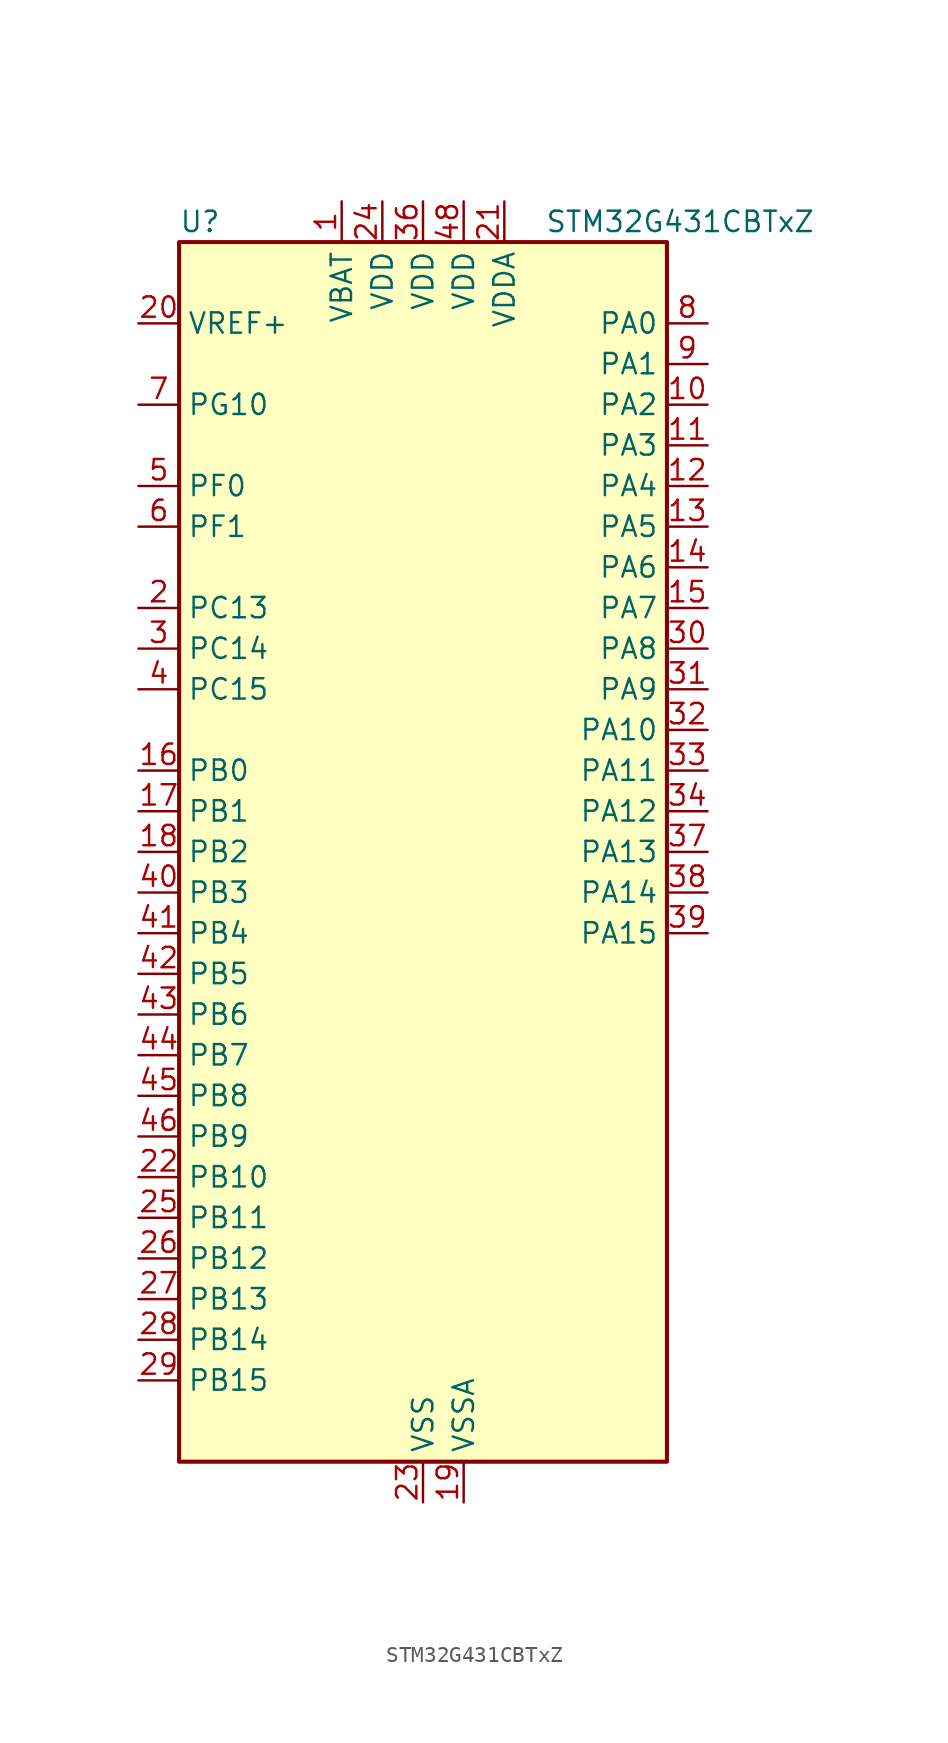
<source format=kicad_sym>
(kicad_symbol_lib
  (version 20241209)
  (generator "kicad_symbol_editor")
  (generator_version "9.0")
  (symbol "STM32G431CBTxZ"
    (property "Reference" "U"
      (at -15.24 39.37 0)
      (effects (font (size 1.27 1.27)) (justify left)))
    (property "Value" "STM32G431CBTxZ"
      (at 7.62 39.37 0)
      (effects (font (size 1.27 1.27)) (justify left)))
    (symbol "STM32G431CBTxZ_0_1"
      (rectangle (start -15.24 -38.1) (end 15.24 38.1) (stroke (width 0.254) (type default)) (fill (type background))))
    (symbol "STM32G431CBTxZ_1_1"
      (pin input line (at -17.78 33.02 0) (length 2.54) (name "VREF+" (effects (font (size 1.27 1.27)))) (number "20" (effects (font (size 1.27 1.27)))) (alternate "VREFBUF_OUT" bidirectional line))
      (pin bidirectional line (at -17.78 27.94 0) (length 2.54) (name "PG10" (effects (font (size 1.27 1.27)))) (number "7" (effects (font (size 1.27 1.27)))) (alternate "DAC1_EXTI10" bidirectional line) (alternate "DAC3_EXTI10" bidirectional line) (alternate "RCC_MCO" bidirectional line))
      (pin bidirectional line (at -17.78 22.86 0) (length 2.54) (name "PF0" (effects (font (size 1.27 1.27)))) (number "5" (effects (font (size 1.27 1.27)))) (alternate "ADC1_IN10" bidirectional line) (alternate "I2C2_SDA" bidirectional line) (alternate "I2S2_WS" bidirectional line) (alternate "RCC_OSC_IN" bidirectional line) (alternate "SPI2_NSS" bidirectional line) (alternate "TIM1_CH3N" bidirectional line))
      (pin bidirectional line (at -17.78 20.32 0) (length 2.54) (name "PF1" (effects (font (size 1.27 1.27)))) (number "6" (effects (font (size 1.27 1.27)))) (alternate "ADC2_IN10" bidirectional line) (alternate "COMP3_INM" bidirectional line) (alternate "I2S2_CK" bidirectional line) (alternate "RCC_OSC_OUT" bidirectional line) (alternate "SPI2_SCK" bidirectional line))
      (pin bidirectional line (at -17.78 15.24 0) (length 2.54) (name "PC13" (effects (font (size 1.27 1.27)))) (number "2" (effects (font (size 1.27 1.27)))) (alternate "RTC_OUT1" bidirectional line) (alternate "RTC_TAMP1" bidirectional line) (alternate "RTC_TS" bidirectional line) (alternate "SYS_WKUP2" bidirectional line) (alternate "TIM1_BKIN" bidirectional line) (alternate "TIM1_CH1N" bidirectional line) (alternate "TIM8_CH4N" bidirectional line))
      (pin bidirectional line (at -17.78 12.7 0) (length 2.54) (name "PC14" (effects (font (size 1.27 1.27)))) (number "3" (effects (font (size 1.27 1.27)))) (alternate "RCC_OSC32_IN" bidirectional line))
      (pin bidirectional line (at -17.78 10.16 0) (length 2.54) (name "PC15" (effects (font (size 1.27 1.27)))) (number "4" (effects (font (size 1.27 1.27)))) (alternate "ADC1_EXTI15" bidirectional line) (alternate "ADC2_EXTI15" bidirectional line) (alternate "RCC_OSC32_OUT" bidirectional line))
      (pin bidirectional line (at -17.78 5.08 0) (length 2.54) (name "PB0" (effects (font (size 1.27 1.27)))) (number "16" (effects (font (size 1.27 1.27)))) (alternate "ADC1_IN15" bidirectional line) (alternate "COMP4_INP" bidirectional line) (alternate "OPAMP2_VINP" bidirectional line) (alternate "OPAMP2_VINP_SEC" bidirectional line) (alternate "OPAMP3_VINP" bidirectional line) (alternate "OPAMP3_VINP_SEC" bidirectional line) (alternate "TIM1_CH2N" bidirectional line) (alternate "TIM3_CH3" bidirectional line) (alternate "TIM8_CH2N" bidirectional line) (alternate "UCPD1_FRSTX1" bidirectional line) (alternate "UCPD1_FRSTX2" bidirectional line))
      (pin bidirectional line (at -17.78 2.54 0) (length 2.54) (name "PB1" (effects (font (size 1.27 1.27)))) (number "17" (effects (font (size 1.27 1.27)))) (alternate "ADC1_IN12" bidirectional line) (alternate "COMP1_INP" bidirectional line) (alternate "COMP4_OUT" bidirectional line) (alternate "LPUART1_DE" bidirectional line) (alternate "LPUART1_RTS" bidirectional line) (alternate "OPAMP3_VOUT" bidirectional line) (alternate "TIM1_CH3N" bidirectional line) (alternate "TIM3_CH4" bidirectional line) (alternate "TIM8_CH3N" bidirectional line))
      (pin bidirectional line (at -17.78 0 0) (length 2.54) (name "PB2" (effects (font (size 1.27 1.27)))) (number "18" (effects (font (size 1.27 1.27)))) (alternate "ADC2_IN12" bidirectional line) (alternate "COMP4_INM" bidirectional line) (alternate "I2C3_SMBA" bidirectional line) (alternate "LPTIM1_OUT" bidirectional line) (alternate "OPAMP3_VINM" bidirectional line) (alternate "OPAMP3_VINM0" bidirectional line) (alternate "OPAMP3_VINM_SEC" bidirectional line) (alternate "RTC_OUT2" bidirectional line))
      (pin bidirectional line (at -17.78 -2.54 0) (length 2.54) (name "PB3" (effects (font (size 1.27 1.27)))) (number "40" (effects (font (size 1.27 1.27)))) (alternate "CRS_SYNC" bidirectional line) (alternate "I2S3_CK" bidirectional line) (alternate "SAI1_SCK_B" bidirectional line) (alternate "SPI1_SCK" bidirectional line) (alternate "SPI3_SCK" bidirectional line) (alternate "SYS_JTDO-SWO" bidirectional line) (alternate "TIM2_CH2" bidirectional line) (alternate "TIM3_ETR" bidirectional line) (alternate "TIM4_ETR" bidirectional line) (alternate "TIM8_CH1N" bidirectional line) (alternate "USART2_TX" bidirectional line))
      (pin bidirectional line (at -17.78 -5.08 0) (length 2.54) (name "PB4" (effects (font (size 1.27 1.27)))) (number "41" (effects (font (size 1.27 1.27)))) (alternate "SAI1_MCLK_B" bidirectional line) (alternate "SPI1_MISO" bidirectional line) (alternate "SPI3_MISO" bidirectional line) (alternate "SYS_JTRST" bidirectional line) (alternate "TIM16_CH1" bidirectional line) (alternate "TIM17_BKIN" bidirectional line) (alternate "TIM3_CH1" bidirectional line) (alternate "TIM8_CH2N" bidirectional line) (alternate "UCPD1_CC2" bidirectional line) (alternate "USART2_RX" bidirectional line))
      (pin bidirectional line (at -17.78 -7.62 0) (length 2.54) (name "PB5" (effects (font (size 1.27 1.27)))) (number "42" (effects (font (size 1.27 1.27)))) (alternate "I2C1_SMBA" bidirectional line) (alternate "I2C3_SDA" bidirectional line) (alternate "I2S3_SD" bidirectional line) (alternate "LPTIM1_IN1" bidirectional line) (alternate "SAI1_SD_B" bidirectional line) (alternate "SPI1_MOSI" bidirectional line) (alternate "SPI3_MOSI" bidirectional line) (alternate "TIM16_BKIN" bidirectional line) (alternate "TIM17_CH1" bidirectional line) (alternate "TIM3_CH2" bidirectional line) (alternate "TIM8_CH3N" bidirectional line) (alternate "USART2_CK" bidirectional line))
      (pin bidirectional line (at -17.78 -10.16 0) (length 2.54) (name "PB6" (effects (font (size 1.27 1.27)))) (number "43" (effects (font (size 1.27 1.27)))) (alternate "COMP4_OUT" bidirectional line) (alternate "LPTIM1_ETR" bidirectional line) (alternate "SAI1_FS_B" bidirectional line) (alternate "TIM16_CH1N" bidirectional line) (alternate "TIM4_CH1" bidirectional line) (alternate "TIM8_BKIN2" bidirectional line) (alternate "TIM8_CH1" bidirectional line) (alternate "TIM8_ETR" bidirectional line) (alternate "UCPD1_CC1" bidirectional line) (alternate "USART1_TX" bidirectional line))
      (pin bidirectional line (at -17.78 -12.7 0) (length 2.54) (name "PB7" (effects (font (size 1.27 1.27)))) (number "44" (effects (font (size 1.27 1.27)))) (alternate "COMP3_OUT" bidirectional line) (alternate "I2C1_SDA" bidirectional line) (alternate "LPTIM1_IN2" bidirectional line) (alternate "SYS_PVD_IN" bidirectional line) (alternate "TIM17_CH1N" bidirectional line) (alternate "TIM3_CH4" bidirectional line) (alternate "TIM4_CH2" bidirectional line) (alternate "TIM8_BKIN" bidirectional line) (alternate "UART4_CTS" bidirectional line) (alternate "USART1_RX" bidirectional line))
      (pin bidirectional line (at -17.78 -15.24 0) (length 2.54) (name "PB8" (effects (font (size 1.27 1.27)))) (number "45" (effects (font (size 1.27 1.27)))) (alternate "COMP1_OUT" bidirectional line) (alternate "FDCAN1_RX" bidirectional line) (alternate "I2C1_SCL" bidirectional line) (alternate "SAI1_CK1" bidirectional line) (alternate "SAI1_MCLK_A" bidirectional line) (alternate "TIM16_CH1" bidirectional line) (alternate "TIM1_BKIN" bidirectional line) (alternate "TIM4_CH3" bidirectional line) (alternate "TIM8_CH2" bidirectional line) (alternate "USART3_RX" bidirectional line))
      (pin bidirectional line (at -17.78 -17.78 0) (length 2.54) (name "PB9" (effects (font (size 1.27 1.27)))) (number "46" (effects (font (size 1.27 1.27)))) (alternate "COMP2_OUT" bidirectional line) (alternate "DAC1_EXTI9" bidirectional line) (alternate "DAC3_EXTI9" bidirectional line) (alternate "FDCAN1_TX" bidirectional line) (alternate "I2C1_SDA" bidirectional line) (alternate "IR_OUT" bidirectional line) (alternate "SAI1_D2" bidirectional line) (alternate "SAI1_FS_A" bidirectional line) (alternate "TIM17_CH1" bidirectional line) (alternate "TIM1_CH3N" bidirectional line) (alternate "TIM4_CH4" bidirectional line) (alternate "TIM8_CH3" bidirectional line) (alternate "USART3_TX" bidirectional line))
      (pin bidirectional line (at -17.78 -20.32 0) (length 2.54) (name "PB10" (effects (font (size 1.27 1.27)))) (number "22" (effects (font (size 1.27 1.27)))) (alternate "DAC1_EXTI10" bidirectional line) (alternate "DAC3_EXTI10" bidirectional line) (alternate "LPUART1_RX" bidirectional line) (alternate "OPAMP3_VINM" bidirectional line) (alternate "OPAMP3_VINM1" bidirectional line) (alternate "OPAMP3_VINM_SEC" bidirectional line) (alternate "SAI1_SCK_A" bidirectional line) (alternate "TIM1_BKIN" bidirectional line) (alternate "TIM2_CH3" bidirectional line) (alternate "USART3_TX" bidirectional line))
      (pin bidirectional line (at -17.78 -22.86 0) (length 2.54) (name "PB11" (effects (font (size 1.27 1.27)))) (number "25" (effects (font (size 1.27 1.27)))) (alternate "ADC1_EXTI11" bidirectional line) (alternate "ADC1_IN14" bidirectional line) (alternate "ADC2_EXTI11" bidirectional line) (alternate "ADC2_IN14" bidirectional line) (alternate "LPUART1_TX" bidirectional line) (alternate "TIM2_CH4" bidirectional line) (alternate "USART3_RX" bidirectional line))
      (pin bidirectional line (at -17.78 -25.4 0) (length 2.54) (name "PB12" (effects (font (size 1.27 1.27)))) (number "26" (effects (font (size 1.27 1.27)))) (alternate "ADC1_IN11" bidirectional line) (alternate "I2C2_SMBA" bidirectional line) (alternate "I2S2_WS" bidirectional line) (alternate "LPUART1_DE" bidirectional line) (alternate "LPUART1_RTS" bidirectional line) (alternate "SPI2_NSS" bidirectional line) (alternate "TIM1_BKIN" bidirectional line) (alternate "USART3_CK" bidirectional line))
      (pin bidirectional line (at -17.78 -27.94 0) (length 2.54) (name "PB13" (effects (font (size 1.27 1.27)))) (number "27" (effects (font (size 1.27 1.27)))) (alternate "I2S2_CK" bidirectional line) (alternate "LPUART1_CTS" bidirectional line) (alternate "OPAMP3_VINP" bidirectional line) (alternate "OPAMP3_VINP_SEC" bidirectional line) (alternate "SPI2_SCK" bidirectional line) (alternate "TIM1_CH1N" bidirectional line) (alternate "USART3_CTS" bidirectional line) (alternate "USART3_NSS" bidirectional line))
      (pin bidirectional line (at -17.78 -30.48 0) (length 2.54) (name "PB14" (effects (font (size 1.27 1.27)))) (number "28" (effects (font (size 1.27 1.27)))) (alternate "ADC1_IN5" bidirectional line) (alternate "COMP4_OUT" bidirectional line) (alternate "OPAMP2_VINP" bidirectional line) (alternate "OPAMP2_VINP_SEC" bidirectional line) (alternate "SPI2_MISO" bidirectional line) (alternate "TIM15_CH1" bidirectional line) (alternate "TIM1_CH2N" bidirectional line) (alternate "USART3_DE" bidirectional line) (alternate "USART3_RTS" bidirectional line))
      (pin bidirectional line (at -17.78 -33.02 0) (length 2.54) (name "PB15" (effects (font (size 1.27 1.27)))) (number "29" (effects (font (size 1.27 1.27)))) (alternate "ADC1_EXTI15" bidirectional line) (alternate "ADC2_EXTI15" bidirectional line) (alternate "ADC2_IN15" bidirectional line) (alternate "COMP3_OUT" bidirectional line) (alternate "I2S2_SD" bidirectional line) (alternate "RTC_REFIN" bidirectional line) (alternate "SPI2_MOSI" bidirectional line) (alternate "TIM15_CH1N" bidirectional line) (alternate "TIM15_CH2" bidirectional line) (alternate "TIM1_CH3N" bidirectional line))
      (pin power_in line (at -5.08 40.64 270) (length 2.54) (name "VBAT" (effects (font (size 1.27 1.27)))) (number "1" (effects (font (size 1.27 1.27)))))
      (pin power_in line (at -2.54 40.64 270) (length 2.54) (name "VDD" (effects (font (size 1.27 1.27)))) (number "24" (effects (font (size 1.27 1.27)))))
      (pin power_in line (at 0 40.64 270) (length 2.54) (name "VDD" (effects (font (size 1.27 1.27)))) (number "36" (effects (font (size 1.27 1.27)))))
      (pin power_in line (at 0 -40.64 90) (length 2.54) (name "VSS" (effects (font (size 1.27 1.27)))) (number "23" (effects (font (size 1.27 1.27)))))
      (pin passive line (at 0 -40.64 90) (length 2.54) (hide yes) (name "VSS" (effects (font (size 1.27 1.27)))) (number "35" (effects (font (size 1.27 1.27)))))
      (pin passive line (at 0 -40.64 90) (length 2.54) (hide yes) (name "VSS" (effects (font (size 1.27 1.27)))) (number "47" (effects (font (size 1.27 1.27)))))
      (pin power_in line (at 2.54 40.64 270) (length 2.54) (name "VDD" (effects (font (size 1.27 1.27)))) (number "48" (effects (font (size 1.27 1.27)))))
      (pin power_in line (at 2.54 -40.64 90) (length 2.54) (name "VSSA" (effects (font (size 1.27 1.27)))) (number "19" (effects (font (size 1.27 1.27)))))
      (pin power_in line (at 5.08 40.64 270) (length 2.54) (name "VDDA" (effects (font (size 1.27 1.27)))) (number "21" (effects (font (size 1.27 1.27)))))
      (pin bidirectional line (at 17.78 33.02 180) (length 2.54) (name "PA0" (effects (font (size 1.27 1.27)))) (number "8" (effects (font (size 1.27 1.27)))) (alternate "ADC1_IN1" bidirectional line) (alternate "ADC2_IN1" bidirectional line) (alternate "COMP1_INM" bidirectional line) (alternate "COMP1_OUT" bidirectional line) (alternate "COMP3_INP" bidirectional line) (alternate "RTC_TAMP2" bidirectional line) (alternate "SYS_WKUP1" bidirectional line) (alternate "TIM2_CH1" bidirectional line) (alternate "TIM2_ETR" bidirectional line) (alternate "TIM8_BKIN" bidirectional line) (alternate "TIM8_ETR" bidirectional line) (alternate "USART2_CTS" bidirectional line) (alternate "USART2_NSS" bidirectional line))
      (pin bidirectional line (at 17.78 30.48 180) (length 2.54) (name "PA1" (effects (font (size 1.27 1.27)))) (number "9" (effects (font (size 1.27 1.27)))) (alternate "ADC1_IN2" bidirectional line) (alternate "ADC2_IN2" bidirectional line) (alternate "COMP1_INP" bidirectional line) (alternate "OPAMP1_VINP" bidirectional line) (alternate "OPAMP1_VINP_SEC" bidirectional line) (alternate "OPAMP3_VINP" bidirectional line) (alternate "OPAMP3_VINP_SEC" bidirectional line) (alternate "RTC_REFIN" bidirectional line) (alternate "TIM15_CH1N" bidirectional line) (alternate "TIM2_CH2" bidirectional line) (alternate "USART2_DE" bidirectional line) (alternate "USART2_RTS" bidirectional line))
      (pin bidirectional line (at 17.78 27.94 180) (length 2.54) (name "PA2" (effects (font (size 1.27 1.27)))) (number "10" (effects (font (size 1.27 1.27)))) (alternate "ADC1_IN3" bidirectional line) (alternate "COMP2_INM" bidirectional line) (alternate "COMP2_OUT" bidirectional line) (alternate "LPUART1_TX" bidirectional line) (alternate "OPAMP1_VOUT" bidirectional line) (alternate "RCC_LSCO" bidirectional line) (alternate "SYS_WKUP4" bidirectional line) (alternate "TIM15_CH1" bidirectional line) (alternate "TIM2_CH3" bidirectional line) (alternate "UCPD1_FRSTX1" bidirectional line) (alternate "UCPD1_FRSTX2" bidirectional line) (alternate "USART2_TX" bidirectional line))
      (pin bidirectional line (at 17.78 25.4 180) (length 2.54) (name "PA3" (effects (font (size 1.27 1.27)))) (number "11" (effects (font (size 1.27 1.27)))) (alternate "ADC1_IN4" bidirectional line) (alternate "COMP2_INP" bidirectional line) (alternate "LPUART1_RX" bidirectional line) (alternate "OPAMP1_VINM" bidirectional line) (alternate "OPAMP1_VINM0" bidirectional line) (alternate "OPAMP1_VINM_SEC" bidirectional line) (alternate "OPAMP1_VINP" bidirectional line) (alternate "OPAMP1_VINP_SEC" bidirectional line) (alternate "SAI1_CK1" bidirectional line) (alternate "SAI1_MCLK_A" bidirectional line) (alternate "TIM15_CH2" bidirectional line) (alternate "TIM2_CH4" bidirectional line) (alternate "USART2_RX" bidirectional line))
      (pin bidirectional line (at 17.78 22.86 180) (length 2.54) (name "PA4" (effects (font (size 1.27 1.27)))) (number "12" (effects (font (size 1.27 1.27)))) (alternate "ADC2_IN17" bidirectional line) (alternate "COMP1_INM" bidirectional line) (alternate "DAC1_OUT1" bidirectional line) (alternate "I2S3_WS" bidirectional line) (alternate "SAI1_FS_B" bidirectional line) (alternate "SPI1_NSS" bidirectional line) (alternate "SPI3_NSS" bidirectional line) (alternate "TIM3_CH2" bidirectional line) (alternate "USART2_CK" bidirectional line))
      (pin bidirectional line (at 17.78 20.32 180) (length 2.54) (name "PA5" (effects (font (size 1.27 1.27)))) (number "13" (effects (font (size 1.27 1.27)))) (alternate "ADC2_IN13" bidirectional line) (alternate "COMP2_INM" bidirectional line) (alternate "DAC1_OUT2" bidirectional line) (alternate "OPAMP2_VINM" bidirectional line) (alternate "OPAMP2_VINM0" bidirectional line) (alternate "OPAMP2_VINM_SEC" bidirectional line) (alternate "SPI1_SCK" bidirectional line) (alternate "TIM2_CH1" bidirectional line) (alternate "TIM2_ETR" bidirectional line) (alternate "UCPD1_FRSTX1" bidirectional line) (alternate "UCPD1_FRSTX2" bidirectional line))
      (pin bidirectional line (at 17.78 17.78 180) (length 2.54) (name "PA6" (effects (font (size 1.27 1.27)))) (number "14" (effects (font (size 1.27 1.27)))) (alternate "ADC2_IN3" bidirectional line) (alternate "COMP1_OUT" bidirectional line) (alternate "LPUART1_CTS" bidirectional line) (alternate "OPAMP2_VOUT" bidirectional line) (alternate "SPI1_MISO" bidirectional line) (alternate "TIM16_CH1" bidirectional line) (alternate "TIM1_BKIN" bidirectional line) (alternate "TIM3_CH1" bidirectional line) (alternate "TIM8_BKIN" bidirectional line))
      (pin bidirectional line (at 17.78 15.24 180) (length 2.54) (name "PA7" (effects (font (size 1.27 1.27)))) (number "15" (effects (font (size 1.27 1.27)))) (alternate "ADC2_IN4" bidirectional line) (alternate "COMP2_INP" bidirectional line) (alternate "COMP2_OUT" bidirectional line) (alternate "OPAMP1_VINP" bidirectional line) (alternate "OPAMP1_VINP_SEC" bidirectional line) (alternate "OPAMP2_VINP" bidirectional line) (alternate "OPAMP2_VINP_SEC" bidirectional line) (alternate "SPI1_MOSI" bidirectional line) (alternate "TIM17_CH1" bidirectional line) (alternate "TIM1_CH1N" bidirectional line) (alternate "TIM3_CH2" bidirectional line) (alternate "TIM8_CH1N" bidirectional line) (alternate "UCPD1_FRSTX1" bidirectional line) (alternate "UCPD1_FRSTX2" bidirectional line))
      (pin bidirectional line (at 17.78 12.7 180) (length 2.54) (name "PA8" (effects (font (size 1.27 1.27)))) (number "30" (effects (font (size 1.27 1.27)))) (alternate "I2C2_SDA" bidirectional line) (alternate "I2C3_SCL" bidirectional line) (alternate "I2S2_MCK" bidirectional line) (alternate "RCC_MCO" bidirectional line) (alternate "SAI1_CK2" bidirectional line) (alternate "SAI1_SCK_A" bidirectional line) (alternate "TIM1_CH1" bidirectional line) (alternate "TIM4_ETR" bidirectional line) (alternate "USART1_CK" bidirectional line))
      (pin bidirectional line (at 17.78 10.16 180) (length 2.54) (name "PA9" (effects (font (size 1.27 1.27)))) (number "31" (effects (font (size 1.27 1.27)))) (alternate "DAC1_EXTI9" bidirectional line) (alternate "DAC3_EXTI9" bidirectional line) (alternate "I2C2_SCL" bidirectional line) (alternate "I2C3_SMBA" bidirectional line) (alternate "I2S3_MCK" bidirectional line) (alternate "SAI1_FS_A" bidirectional line) (alternate "TIM15_BKIN" bidirectional line) (alternate "TIM1_CH2" bidirectional line) (alternate "TIM2_CH3" bidirectional line) (alternate "UCPD1_DBCC1" bidirectional line) (alternate "USART1_TX" bidirectional line))
      (pin bidirectional line (at 17.78 7.62 180) (length 2.54) (name "PA10" (effects (font (size 1.27 1.27)))) (number "32" (effects (font (size 1.27 1.27)))) (alternate "CRS_SYNC" bidirectional line) (alternate "DAC1_EXTI10" bidirectional line) (alternate "DAC3_EXTI10" bidirectional line) (alternate "I2C2_SMBA" bidirectional line) (alternate "SAI1_D1" bidirectional line) (alternate "SAI1_SD_A" bidirectional line) (alternate "SPI2_MISO" bidirectional line) (alternate "TIM17_BKIN" bidirectional line) (alternate "TIM1_CH3" bidirectional line) (alternate "TIM2_CH4" bidirectional line) (alternate "TIM8_BKIN" bidirectional line) (alternate "UCPD1_DBCC2" bidirectional line) (alternate "USART1_RX" bidirectional line))
      (pin bidirectional line (at 17.78 5.08 180) (length 2.54) (name "PA11" (effects (font (size 1.27 1.27)))) (number "33" (effects (font (size 1.27 1.27)))) (alternate "ADC1_EXTI11" bidirectional line) (alternate "ADC2_EXTI11" bidirectional line) (alternate "COMP1_OUT" bidirectional line) (alternate "FDCAN1_RX" bidirectional line) (alternate "I2S2_SD" bidirectional line) (alternate "SPI2_MOSI" bidirectional line) (alternate "TIM1_BKIN2" bidirectional line) (alternate "TIM1_CH1N" bidirectional line) (alternate "TIM1_CH4" bidirectional line) (alternate "TIM4_CH1" bidirectional line) (alternate "USART1_CTS" bidirectional line) (alternate "USART1_NSS" bidirectional line) (alternate "USB_DM" bidirectional line))
      (pin bidirectional line (at 17.78 2.54 180) (length 2.54) (name "PA12" (effects (font (size 1.27 1.27)))) (number "34" (effects (font (size 1.27 1.27)))) (alternate "COMP2_OUT" bidirectional line) (alternate "FDCAN1_TX" bidirectional line) (alternate "I2S_CKIN" bidirectional line) (alternate "TIM16_CH1" bidirectional line) (alternate "TIM1_CH2N" bidirectional line) (alternate "TIM1_ETR" bidirectional line) (alternate "TIM4_CH2" bidirectional line) (alternate "USART1_DE" bidirectional line) (alternate "USART1_RTS" bidirectional line) (alternate "USB_DP" bidirectional line))
      (pin bidirectional line (at 17.78 0 180) (length 2.54) (name "PA13" (effects (font (size 1.27 1.27)))) (number "37" (effects (font (size 1.27 1.27)))) (alternate "I2C1_SCL" bidirectional line) (alternate "IR_OUT" bidirectional line) (alternate "SAI1_SD_B" bidirectional line) (alternate "SYS_JTMS-SWDIO" bidirectional line) (alternate "TIM16_CH1N" bidirectional line) (alternate "TIM4_CH3" bidirectional line) (alternate "USART3_CTS" bidirectional line) (alternate "USART3_NSS" bidirectional line))
      (pin bidirectional line (at 17.78 -2.54 180) (length 2.54) (name "PA14" (effects (font (size 1.27 1.27)))) (number "38" (effects (font (size 1.27 1.27)))) (alternate "I2C1_SDA" bidirectional line) (alternate "LPTIM1_OUT" bidirectional line) (alternate "SAI1_FS_B" bidirectional line) (alternate "SYS_JTCK-SWCLK" bidirectional line) (alternate "TIM1_BKIN" bidirectional line) (alternate "TIM8_CH2" bidirectional line) (alternate "USART2_TX" bidirectional line))
      (pin bidirectional line (at 17.78 -5.08 180) (length 2.54) (name "PA15" (effects (font (size 1.27 1.27)))) (number "39" (effects (font (size 1.27 1.27)))) (alternate "ADC1_EXTI15" bidirectional line) (alternate "ADC2_EXTI15" bidirectional line) (alternate "I2C1_SCL" bidirectional line) (alternate "I2S3_WS" bidirectional line) (alternate "SPI1_NSS" bidirectional line) (alternate "SPI3_NSS" bidirectional line) (alternate "SYS_JTDI" bidirectional line) (alternate "TIM1_BKIN" bidirectional line) (alternate "TIM2_CH1" bidirectional line) (alternate "TIM2_ETR" bidirectional line) (alternate "TIM8_CH1" bidirectional line) (alternate "UART4_DE" bidirectional line) (alternate "UART4_RTS" bidirectional line) (alternate "USART2_RX" bidirectional line)))))
</source>
